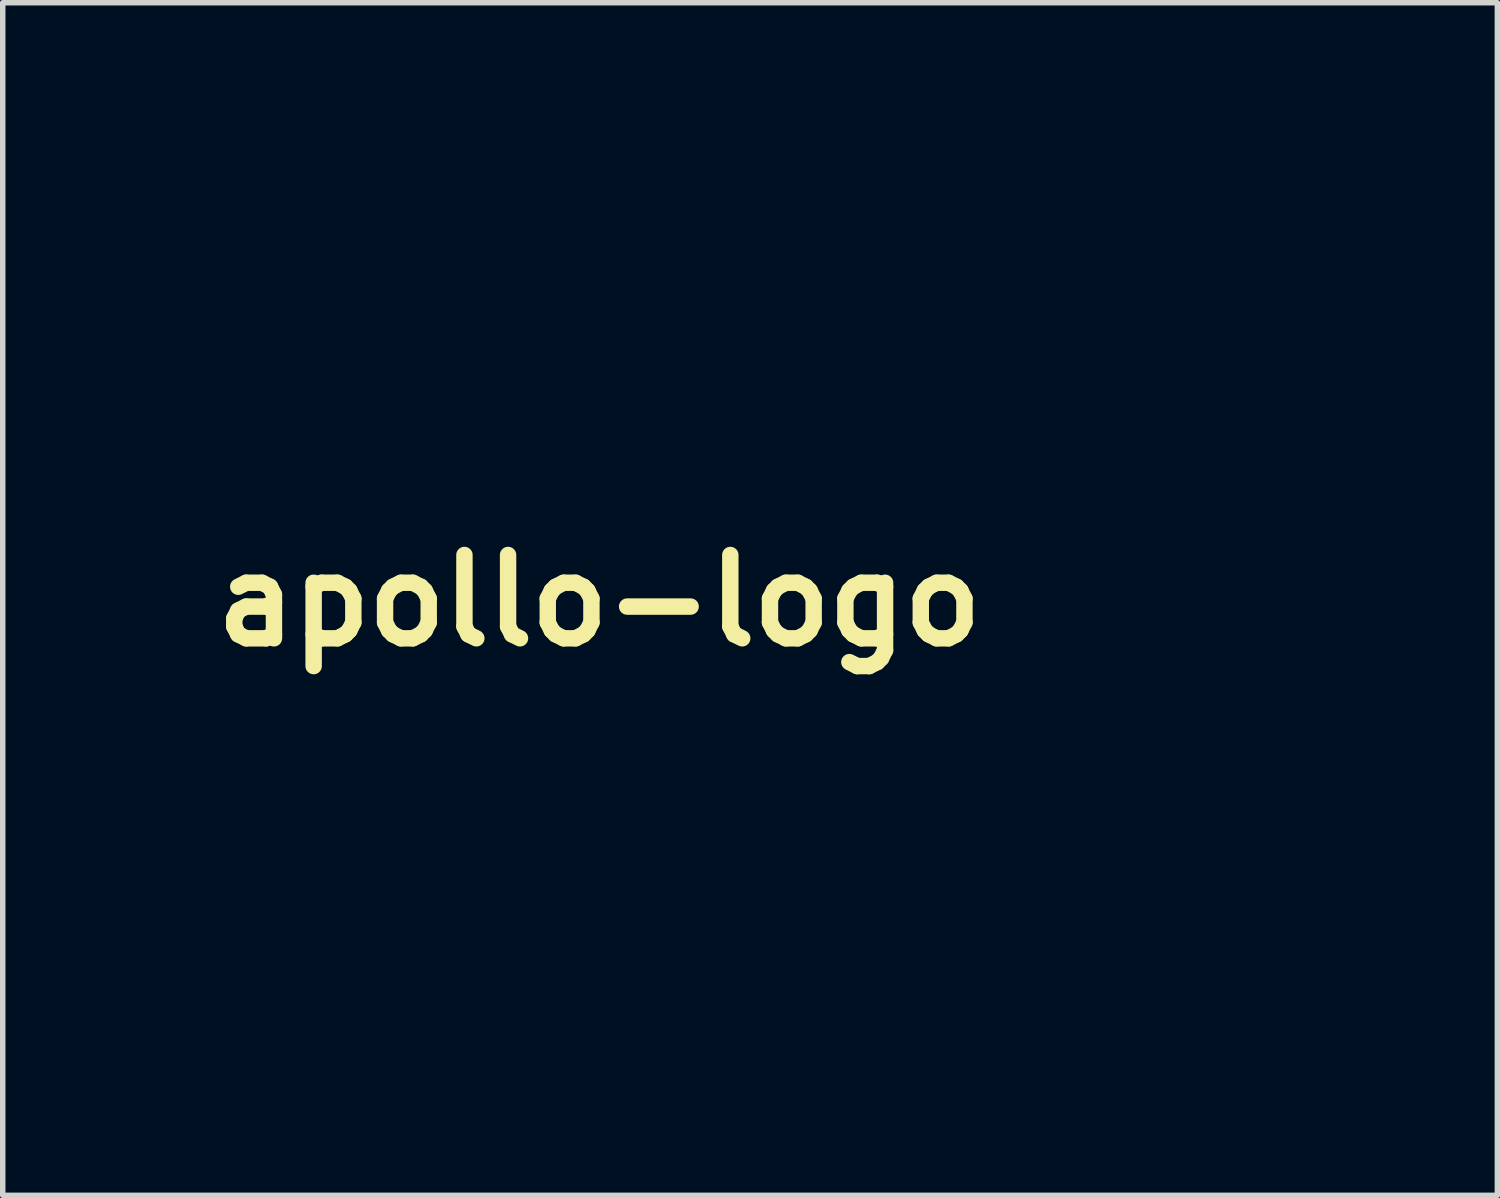
<source format=kicad_pcb>
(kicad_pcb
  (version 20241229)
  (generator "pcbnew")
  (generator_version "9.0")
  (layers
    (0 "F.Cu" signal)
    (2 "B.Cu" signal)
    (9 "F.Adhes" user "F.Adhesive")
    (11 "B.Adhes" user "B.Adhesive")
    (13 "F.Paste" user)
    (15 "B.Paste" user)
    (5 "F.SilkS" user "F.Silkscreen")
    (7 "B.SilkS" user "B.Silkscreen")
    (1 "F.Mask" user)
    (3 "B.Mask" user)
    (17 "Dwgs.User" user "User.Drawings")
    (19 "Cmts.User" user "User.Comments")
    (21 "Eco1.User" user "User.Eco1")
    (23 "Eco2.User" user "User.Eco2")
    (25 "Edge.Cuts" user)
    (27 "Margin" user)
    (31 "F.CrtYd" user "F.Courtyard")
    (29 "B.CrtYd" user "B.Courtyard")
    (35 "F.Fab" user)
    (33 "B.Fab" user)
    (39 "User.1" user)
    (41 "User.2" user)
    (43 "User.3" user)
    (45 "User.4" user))
  (footprint "apollo-logo"
    (layer "F.Cu")
    (at 7.911 7.934)
    (property "Reference" "apollo-logo" (at 0 0 0) (layer "F.SilkS") (effects (font (size 1.524 1.524) (thickness 0.3))))
    (attr through_hole)
    (fp_poly (pts (xy 10.128 5.08) (xy 9.62 5.08) (xy 9.62 2.318) (xy 10.128 2.318) (xy 10.128 5.08)) (stroke (width 0.01) (type solid)) (fill no) (layer "Eco2.User"))
    (fp_poly (pts (xy 11.144 5.08) (xy 10.636 5.08) (xy 10.636 2.318) (xy 11.144 2.318) (xy 11.144 5.08)) (stroke (width 0.01) (type solid)) (fill no) (layer "Eco2.User"))
    (fp_poly (pts (xy 4.442 3.731) (xy 4.557 3.992) (xy 4.666 4.238) (xy 4.765 4.461) (xy 4.852 4.655) (xy 4.923 4.813) (xy 4.975 4.929) (xy 5.006 4.996) (xy 5.012 5.009) (xy 5.05 5.08) (xy 4.474 5.08) (xy 4.245 4.572) (xy 3.216 4.572) (xy 2.987 5.08) (xy 2.411 5.08) (xy 2.449 5.009) (xy 2.47 4.965) (xy 2.513 4.869) (xy 2.576 4.729) (xy 2.656 4.55) (xy 2.75 4.339) (xy 2.855 4.102) (xy 2.883 4.04) (xy 3.461 4.04) (xy 3.49 4.051) (xy 3.568 4.059) (xy 3.681 4.064) (xy 3.731 4.064) (xy 3.853 4.061) (xy 3.946 4.053) (xy 3.996 4.041) (xy 4 4.036) (xy 3.989 4.001) (xy 3.958 3.923) (xy 3.914 3.817) (xy 3.864 3.699) (xy 3.815 3.584) (xy 3.772 3.487) (xy 3.742 3.423) (xy 3.733 3.406) (xy 3.719 3.43) (xy 3.687 3.497) (xy 3.643 3.595) (xy 3.594 3.709) (xy 3.545 3.825) (xy 3.502 3.928) (xy 3.472 4.005) (xy 3.461 4.04) (xy 2.883 4.04) (xy 2.968 3.847) (xy 3.019 3.731) (xy 3.552 2.524) (xy 3.91 2.524) (xy 4.442 3.731)) (stroke (width 0.01) (type solid)) (fill no) (layer "Eco2.User"))
    (fp_poly (pts (xy 8.544 3.031) (xy 8.693 3.094) (xy 8.898 3.24) (xy 9.06 3.422) (xy 9.177 3.632) (xy 9.244 3.859) (xy 9.259 4.094) (xy 9.218 4.327) (xy 9.17 4.451) (xy 9.048 4.656) (xy 8.895 4.826) (xy 8.719 4.955) (xy 8.529 5.04) (xy 8.335 5.075) (xy 8.146 5.055) (xy 8.093 5.038) (xy 7.859 4.921) (xy 7.668 4.757) (xy 7.515 4.544) (xy 7.465 4.446) (xy 7.395 4.227) (xy 7.385 4.083) (xy 7.888 4.083) (xy 7.902 4.224) (xy 7.933 4.334) (xy 7.947 4.361) (xy 8.049 4.469) (xy 8.182 4.544) (xy 8.319 4.572) (xy 8.424 4.554) (xy 8.527 4.512) (xy 8.531 4.51) (xy 8.634 4.432) (xy 8.7 4.34) (xy 8.735 4.219) (xy 8.747 4.054) (xy 8.747 4.028) (xy 8.744 3.89) (xy 8.73 3.796) (xy 8.703 3.727) (xy 8.681 3.693) (xy 8.563 3.579) (xy 8.423 3.516) (xy 8.274 3.505) (xy 8.129 3.544) (xy 8.003 3.635) (xy 7.946 3.706) (xy 7.91 3.801) (xy 7.89 3.934) (xy 7.888 4.083) (xy 7.385 4.083) (xy 7.378 3.992) (xy 7.413 3.759) (xy 7.466 3.616) (xy 7.595 3.399) (xy 7.754 3.225) (xy 7.936 3.098) (xy 8.134 3.021) (xy 8.339 2.998) (xy 8.544 3.031)) (stroke (width 0.01) (type solid)) (fill no) (layer "Eco2.User"))
    (fp_poly (pts (xy 12.704 3.031) (xy 12.853 3.094) (xy 13.057 3.24) (xy 13.22 3.422) (xy 13.336 3.632) (xy 13.404 3.859) (xy 13.418 4.094) (xy 13.377 4.327) (xy 13.33 4.451) (xy 13.208 4.656) (xy 13.054 4.826) (xy 12.878 4.955) (xy 12.688 5.04) (xy 12.494 5.075) (xy 12.305 5.055) (xy 12.252 5.038) (xy 12.018 4.921) (xy 11.827 4.757) (xy 11.674 4.544) (xy 11.624 4.446) (xy 11.554 4.227) (xy 11.544 4.083) (xy 12.047 4.083) (xy 12.061 4.224) (xy 12.092 4.334) (xy 12.106 4.361) (xy 12.209 4.469) (xy 12.341 4.544) (xy 12.478 4.572) (xy 12.583 4.554) (xy 12.686 4.512) (xy 12.69 4.51) (xy 12.793 4.432) (xy 12.859 4.34) (xy 12.895 4.219) (xy 12.906 4.054) (xy 12.906 4.028) (xy 12.903 3.89) (xy 12.889 3.796) (xy 12.863 3.727) (xy 12.841 3.693) (xy 12.722 3.579) (xy 12.582 3.516) (xy 12.433 3.505) (xy 12.289 3.544) (xy 12.162 3.635) (xy 12.105 3.706) (xy 12.069 3.801) (xy 12.05 3.934) (xy 12.047 4.083) (xy 11.544 4.083) (xy 11.537 3.992) (xy 11.573 3.759) (xy 11.625 3.616) (xy 11.754 3.399) (xy 11.913 3.225) (xy 12.096 3.098) (xy 12.293 3.021) (xy 12.498 2.998) (xy 12.704 3.031)) (stroke (width 0.01) (type solid)) (fill no) (layer "Eco2.User"))
    (fp_poly (pts (xy 5.651 2.986) (xy 5.727 2.992) (xy 5.764 3.005) (xy 5.777 3.031) (xy 5.779 3.051) (xy 5.79 3.099) (xy 5.832 3.095) (xy 5.834 3.095) (xy 6.041 3.021) (xy 6.22 2.993) (xy 6.385 3.01) (xy 6.554 3.073) (xy 6.607 3.1) (xy 6.807 3.243) (xy 6.967 3.423) (xy 7.081 3.632) (xy 7.148 3.859) (xy 7.163 4.094) (xy 7.123 4.326) (xy 7.075 4.451) (xy 6.952 4.657) (xy 6.794 4.834) (xy 6.617 4.967) (xy 6.582 4.985) (xy 6.425 5.041) (xy 6.246 5.064) (xy 6.07 5.056) (xy 5.922 5.014) (xy 5.909 5.008) (xy 5.836 4.973) (xy 5.793 4.954) (xy 5.789 4.953) (xy 5.785 4.983) (xy 5.782 5.063) (xy 5.779 5.181) (xy 5.779 5.302) (xy 5.779 5.652) (xy 5.271 5.652) (xy 5.271 4.083) (xy 5.792 4.083) (xy 5.807 4.224) (xy 5.838 4.334) (xy 5.852 4.361) (xy 5.954 4.469) (xy 6.086 4.544) (xy 6.223 4.572) (xy 6.329 4.554) (xy 6.432 4.512) (xy 6.436 4.51) (xy 6.539 4.432) (xy 6.604 4.34) (xy 6.64 4.219) (xy 6.651 4.054) (xy 6.652 4.028) (xy 6.648 3.89) (xy 6.635 3.796) (xy 6.608 3.727) (xy 6.586 3.693) (xy 6.468 3.579) (xy 6.327 3.516) (xy 6.178 3.505) (xy 6.034 3.544) (xy 5.907 3.635) (xy 5.85 3.706) (xy 5.814 3.801) (xy 5.795 3.934) (xy 5.792 4.083) (xy 5.271 4.083) (xy 5.271 2.985) (xy 5.524 2.985) (xy 5.651 2.986)) (stroke (width 0.01) (type solid)) (fill no) (layer "Eco2.User"))
    (fp_poly (pts (xy 0.626 -7.894) (xy 0.721 -7.829) (xy 0.81 -7.753) (xy 0.818 -5.261) (xy 0.82 -4.781) (xy 0.822 -4.362) (xy 0.825 -3.999) (xy 0.827 -3.69) (xy 0.831 -3.431) (xy 0.834 -3.219) (xy 0.839 -3.05) (xy 0.844 -2.921) (xy 0.849 -2.829) (xy 0.856 -2.771) (xy 0.863 -2.742) (xy 0.866 -2.739) (xy 0.923 -2.707) (xy 1 -2.675) (xy 1.086 -2.644) (xy 1.15 -2.62) (xy 1.162 -2.618) (xy 1.171 -2.626) (xy 1.18 -2.648) (xy 1.186 -2.69) (xy 1.192 -2.754) (xy 1.197 -2.848) (xy 1.201 -2.973) (xy 1.204 -3.137) (xy 1.207 -3.342) (xy 1.209 -3.594) (xy 1.211 -3.897) (xy 1.212 -4.256) (xy 1.214 -4.519) (xy 1.216 -4.916) (xy 1.217 -5.255) (xy 1.219 -5.539) (xy 1.221 -5.776) (xy 1.224 -5.968) (xy 1.227 -6.122) (xy 1.232 -6.241) (xy 1.237 -6.332) (xy 1.243 -6.399) (xy 1.251 -6.446) (xy 1.26 -6.48) (xy 1.272 -6.504) (xy 1.285 -6.524) (xy 1.289 -6.53) (xy 1.39 -6.622) (xy 1.507 -6.656) (xy 1.631 -6.628) (xy 1.657 -6.614) (xy 1.738 -6.552) (xy 1.797 -6.483) (xy 1.801 -6.475) (xy 1.81 -6.444) (xy 1.817 -6.383) (xy 1.823 -6.287) (xy 1.828 -6.155) (xy 1.832 -5.981) (xy 1.835 -5.763) (xy 1.838 -5.497) (xy 1.839 -5.178) (xy 1.841 -4.804) (xy 1.841 -4.371) (xy 1.841 -4.297) (xy 1.841 -2.196) (xy 2.023 -2.019) (xy 2.205 -1.841) (xy 4.327 -1.842) (xy 6.45 -1.842) (xy 6.543 -1.749) (xy 6.621 -1.634) (xy 6.637 -1.511) (xy 6.592 -1.391) (xy 6.543 -1.331) (xy 6.45 -1.238) (xy 2.597 -1.238) (xy 2.618 -1.153) (xy 2.646 -1.062) (xy 2.683 -0.962) (xy 2.683 -0.962) (xy 2.727 -0.857) (xy 5.118 -0.856) (xy 5.519 -0.856) (xy 5.901 -0.855) (xy 6.257 -0.853) (xy 6.583 -0.85) (xy 6.875 -0.847) (xy 7.126 -0.844) (xy 7.334 -0.84) (xy 7.491 -0.835) (xy 7.594 -0.831) (xy 7.636 -0.826) (xy 7.767 -0.77) (xy 7.858 -0.68) (xy 7.902 -0.568) (xy 7.895 -0.447) (xy 7.832 -0.331) (xy 7.829 -0.327) (xy 7.753 -0.238) (xy 2.857 -0.221) (xy 2.857 0.159) (xy 5.224 0.159) (xy 5.682 0.159) (xy 6.082 0.159) (xy 6.426 0.16) (xy 6.72 0.161) (xy 6.967 0.164) (xy 7.173 0.167) (xy 7.34 0.173) (xy 7.475 0.18) (xy 7.58 0.189) (xy 7.66 0.201) (xy 7.72 0.215) (xy 7.764 0.232) (xy 7.796 0.252) (xy 7.82 0.276) (xy 7.841 0.303) (xy 7.854 0.321) (xy 7.901 0.439) (xy 7.893 0.567) (xy 7.833 0.684) (xy 7.829 0.689) (xy 7.753 0.778) (xy 2.735 0.795) (xy 2.669 0.97) (xy 2.634 1.066) (xy 2.61 1.136) (xy 2.603 1.16) (xy 2.634 1.163) (xy 2.723 1.165) (xy 2.864 1.168) (xy 3.052 1.17) (xy 3.281 1.171) (xy 3.546 1.173) (xy 3.841 1.174) (xy 4.16 1.175) (xy 4.453 1.175) (xy 4.867 1.176) (xy 5.239 1.177) (xy 5.566 1.18) (xy 5.845 1.184) (xy 6.073 1.188) (xy 6.247 1.194) (xy 6.363 1.2) (xy 6.418 1.207) (xy 6.532 1.268) (xy 6.608 1.368) (xy 6.639 1.491) (xy 6.619 1.618) (xy 6.603 1.653) (xy 6.586 1.683) (xy 6.568 1.709) (xy 6.543 1.731) (xy 6.508 1.75) (xy 6.457 1.765) (xy 6.387 1.778) (xy 6.292 1.788) (xy 6.169 1.796) (xy 6.012 1.801) (xy 5.817 1.805) (xy 5.579 1.808) (xy 5.295 1.809) (xy 4.959 1.81) (xy 4.567 1.81) (xy 4.28 1.81) (xy 2.175 1.811) (xy 2.005 1.981) (xy 1.836 2.151) (xy 1.84 4.249) (xy 1.841 4.68) (xy 1.841 5.051) (xy 1.841 5.368) (xy 1.84 5.636) (xy 1.837 5.857) (xy 1.833 6.038) (xy 1.827 6.183) (xy 1.819 6.296) (xy 1.808 6.382) (xy 1.794 6.445) (xy 1.778 6.489) (xy 1.757 6.52) (xy 1.733 6.543) (xy 1.705 6.56) (xy 1.685 6.571) (xy 1.584 6.599) (xy 1.464 6.599) (xy 1.364 6.571) (xy 1.363 6.571) (xy 1.332 6.554) (xy 1.305 6.534) (xy 1.282 6.507) (xy 1.263 6.468) (xy 1.247 6.413) (xy 1.235 6.337) (xy 1.225 6.234) (xy 1.218 6.101) (xy 1.213 5.932) (xy 1.21 5.722) (xy 1.208 5.467) (xy 1.207 5.163) (xy 1.207 4.803) (xy 1.206 4.462) (xy 1.206 4.122) (xy 1.206 3.802) (xy 1.204 3.507) (xy 1.203 3.242) (xy 1.201 3.014) (xy 1.199 2.827) (xy 1.197 2.688) (xy 1.194 2.601) (xy 1.192 2.572) (xy 1.157 2.582) (xy 1.08 2.609) (xy 1.001 2.638) (xy 0.826 2.703) (xy 0.826 5.163) (xy 0.825 5.624) (xy 0.825 6.025) (xy 0.824 6.371) (xy 0.823 6.666) (xy 0.821 6.914) (xy 0.819 7.12) (xy 0.815 7.287) (xy 0.812 7.42) (xy 0.807 7.523) (xy 0.801 7.599) (xy 0.794 7.654) (xy 0.787 7.692) (xy 0.778 7.716) (xy 0.778 7.716) (xy 0.693 7.82) (xy 0.579 7.87) (xy 0.445 7.864) (xy 0.364 7.836) (xy 0.333 7.822) (xy 0.305 7.807) (xy 0.281 7.788) (xy 0.261 7.759) (xy 0.244 7.717) (xy 0.23 7.658) (xy 0.219 7.577) (xy 0.21 7.471) (xy 0.203 7.334) (xy 0.198 7.163) (xy 0.195 6.953) (xy 0.192 6.701) (xy 0.191 6.401) (xy 0.191 6.051) (xy 0.19 5.644) (xy 0.191 5.224) (xy 0.191 2.826) (xy -0.191 2.826) (xy -0.191 5.224) (xy -0.191 5.679) (xy -0.191 6.074) (xy -0.192 6.414) (xy -0.193 6.704) (xy -0.195 6.946) (xy -0.198 7.147) (xy -0.201 7.309) (xy -0.205 7.438) (xy -0.21 7.536) (xy -0.216 7.609) (xy -0.223 7.662) (xy -0.231 7.697) (xy -0.238 7.716) (xy -0.322 7.819) (xy -0.432 7.87) (xy -0.555 7.866) (xy -0.678 7.806) (xy -0.696 7.792) (xy -0.794 7.71) (xy -0.794 5.276) (xy -0.794 4.887) (xy -0.795 4.515) (xy -0.796 4.166) (xy -0.798 3.844) (xy -0.8 3.555) (xy -0.802 3.303) (xy -0.805 3.094) (xy -0.807 2.933) (xy -0.81 2.824) (xy -0.813 2.773) (xy -0.814 2.771) (xy -0.853 2.714) (xy -0.944 2.661) (xy -1.005 2.636) (xy -1.1 2.601) (xy -1.169 2.578) (xy -1.192 2.572) (xy -1.194 2.603) (xy -1.197 2.691) (xy -1.199 2.833) (xy -1.201 3.021) (xy -1.203 3.252) (xy -1.204 3.518) (xy -1.206 3.815) (xy -1.206 4.138) (xy -1.206 4.48) (xy -1.206 6.418) (xy -1.299 6.511) (xy -1.414 6.587) (xy -1.539 6.607) (xy -1.66 6.571) (xy -1.725 6.521) (xy -1.808 6.438) (xy -1.817 4.297) (xy -1.826 2.155) (xy -2.005 1.982) (xy -2.185 1.81) (xy -4.271 1.81) (xy -4.704 1.81) (xy -5.078 1.809) (xy -5.397 1.809) (xy -5.667 1.807) (xy -5.891 1.803) (xy -6.073 1.798) (xy -6.219 1.791) (xy -6.333 1.781) (xy -6.419 1.768) (xy -6.482 1.752) (xy -6.526 1.732) (xy -6.555 1.708) (xy -6.575 1.68) (xy -6.59 1.647) (xy -6.602 1.612) (xy -6.631 1.497) (xy -6.621 1.408) (xy -6.566 1.32) (xy -6.543 1.294) (xy -6.45 1.191) (xy -4.524 1.182) (xy -2.597 1.173) (xy -2.618 1.088) (xy -2.646 0.998) (xy -2.683 0.899) (xy -2.683 0.899) (xy -2.727 0.794) (xy -5.191 0.794) (xy -5.658 0.794) (xy -6.066 0.794) (xy -6.418 0.793) (xy -6.72 0.792) (xy -6.974 0.79) (xy -7.186 0.786) (xy -7.36 0.781) (xy -7.499 0.774) (xy -7.607 0.765) (xy -7.69 0.753) (xy -7.75 0.738) (xy -7.793 0.721) (xy -7.822 0.7) (xy -7.842 0.675) (xy -7.856 0.647) (xy -7.87 0.614) (xy -7.874 0.604) (xy -7.896 0.473) (xy -7.861 0.348) (xy -7.772 0.245) (xy -7.768 0.241) (xy -7.751 0.229) (xy -7.731 0.218) (xy -7.704 0.209) (xy -7.666 0.201) (xy -7.613 0.194) (xy -7.539 0.189) (xy -7.442 0.184) (xy -7.316 0.18) (xy -7.157 0.177) (xy -6.961 0.175) (xy -6.723 0.173) (xy -6.439 0.171) (xy -6.105 0.169) (xy -5.716 0.168) (xy -5.268 0.166) (xy -5.252 0.166) (xy -2.826 0.157) (xy -2.826 0.051) (xy -2.21 0.051) (xy -2.17 0.407) (xy -2.071 0.752) (xy -1.913 1.079) (xy -1.698 1.386) (xy -1.427 1.668) (xy -1.364 1.724) (xy -1.111 1.899) (xy -0.819 2.036) (xy -0.5 2.13) (xy -0.167 2.18) (xy 0.166 2.183) (xy 0.489 2.136) (xy 0.524 2.127) (xy 0.672 2.085) (xy 0.822 2.034) (xy 0.944 1.985) (xy 0.946 1.984) (xy 1.255 1.809) (xy 1.529 1.585) (xy 1.764 1.319) (xy 1.955 1.019) (xy 2.099 0.691) (xy 2.189 0.344) (xy 2.222 -0.016) (xy 2.222 -0.038) (xy 2.198 -0.356) (xy 2.124 -0.665) (xy 1.997 -0.98) (xy 1.98 -1.015) (xy 1.895 -1.176) (xy 1.811 -1.307) (xy 1.709 -1.432) (xy 1.575 -1.573) (xy 1.574 -1.574) (xy 1.434 -1.708) (xy 1.311 -1.808) (xy 1.181 -1.892) (xy 1.023 -1.975) (xy 1.015 -1.979) (xy 0.758 -2.095) (xy 0.524 -2.171) (xy 0.294 -2.215) (xy 0.044 -2.232) (xy 0 -2.232) (xy -0.364 -2.202) (xy -0.711 -2.115) (xy -1.037 -1.973) (xy -1.335 -1.781) (xy -1.599 -1.545) (xy -1.823 -1.268) (xy -2.001 -0.954) (xy -2.106 -0.682) (xy -2.189 -0.314) (xy -2.21 0.051) (xy -2.826 0.051) (xy -2.826 -0.222) (xy -5.24 -0.222) (xy -5.702 -0.222) (xy -6.104 -0.222) (xy -6.451 -0.223) (xy -6.748 -0.224) (xy -6.998 -0.227) (xy -7.205 -0.23) (xy -7.374 -0.235) (xy -7.509 -0.242) (xy -7.614 -0.251) (xy -7.693 -0.263) (xy -7.752 -0.277) (xy -7.793 -0.294) (xy -7.82 -0.314) (xy -7.84 -0.338) (xy -7.854 -0.366) (xy -7.868 -0.396) (xy -7.896 -0.481) (xy -7.906 -0.544) (xy -7.878 -0.643) (xy -7.805 -0.737) (xy -7.705 -0.807) (xy -7.658 -0.824) (xy -7.601 -0.831) (xy -7.482 -0.837) (xy -7.301 -0.842) (xy -7.062 -0.847) (xy -6.765 -0.851) (xy -6.412 -0.854) (xy -6.003 -0.856) (xy -5.542 -0.857) (xy -5.127 -0.857) (xy -2.714 -0.857) (xy -2.651 -1.024) (xy -2.615 -1.12) (xy -2.587 -1.191) (xy -2.578 -1.214) (xy -2.606 -1.219) (xy -2.693 -1.223) (xy -2.833 -1.226) (xy -3.02 -1.23) (xy -3.249 -1.233) (xy -3.514 -1.235) (xy -3.811 -1.237) (xy -4.133 -1.238) (xy -4.476 -1.238) (xy -4.507 -1.238) (xy -6.448 -1.238) (xy -6.525 -1.315) (xy -6.585 -1.394) (xy -6.622 -1.474) (xy -6.622 -1.579) (xy -6.585 -1.692) (xy -6.521 -1.78) (xy -6.516 -1.785) (xy -6.493 -1.793) (xy -6.444 -1.801) (xy -6.363 -1.808) (xy -6.249 -1.813) (xy -6.096 -1.819) (xy -5.901 -1.824) (xy -5.66 -1.828) (xy -5.37 -1.832) (xy -5.027 -1.836) (xy -4.626 -1.839) (xy -4.314 -1.841) (xy -2.161 -1.857) (xy -1.985 -2.037) (xy -1.81 -2.217) (xy -1.81 -4.348) (xy -1.81 -6.48) (xy -1.733 -6.557) (xy -1.655 -6.617) (xy -1.577 -6.653) (xy -1.476 -6.651) (xy -1.368 -6.609) (xy -1.277 -6.54) (xy -1.243 -6.49) (xy -1.234 -6.449) (xy -1.227 -6.364) (xy -1.221 -6.232) (xy -1.216 -6.052) (xy -1.212 -5.819) (xy -1.21 -5.533) (xy -1.208 -5.189) (xy -1.207 -4.786) (xy -1.206 -4.504) (xy -1.206 -4.108) (xy -1.206 -3.771) (xy -1.205 -3.488) (xy -1.204 -3.255) (xy -1.202 -3.067) (xy -1.2 -2.919) (xy -1.196 -2.807) (xy -1.191 -2.725) (xy -1.185 -2.67) (xy -1.178 -2.637) (xy -1.169 -2.621) (xy -1.159 -2.617) (xy -1.151 -2.619) (xy -1.087 -2.644) (xy -0.994 -2.677) (xy -0.961 -2.689) (xy -0.827 -2.736) (xy -0.818 -5.218) (xy -0.817 -5.674) (xy -0.815 -6.072) (xy -0.813 -6.415) (xy -0.811 -6.707) (xy -0.809 -6.952) (xy -0.806 -7.155) (xy -0.803 -7.321) (xy -0.799 -7.453) (xy -0.794 -7.555) (xy -0.789 -7.633) (xy -0.782 -7.69) (xy -0.775 -7.73) (xy -0.766 -7.758) (xy -0.756 -7.778) (xy -0.753 -7.783) (xy -0.656 -7.879) (xy -0.541 -7.923) (xy -0.42 -7.909) (xy -0.412 -7.905) (xy -0.321 -7.851) (xy -0.253 -7.786) (xy -0.241 -7.77) (xy -0.231 -7.75) (xy -0.223 -7.721) (xy -0.215 -7.68) (xy -0.209 -7.622) (xy -0.204 -7.542) (xy -0.2 -7.437) (xy -0.197 -7.302) (xy -0.195 -7.133) (xy -0.193 -6.925) (xy -0.192 -6.674) (xy -0.191 -6.375) (xy -0.191 -6.026) (xy -0.191 -5.62) (xy -0.191 -5.282) (xy -0.191 -2.857) (xy 0.189 -2.857) (xy 0.198 -5.28) (xy 0.199 -5.739) (xy 0.201 -6.139) (xy 0.202 -6.485) (xy 0.205 -6.779) (xy 0.208 -7.027) (xy 0.212 -7.232) (xy 0.217 -7.4) (xy 0.224 -7.534) (xy 0.234 -7.638) (xy 0.245 -7.717) (xy 0.26 -7.775) (xy 0.277 -7.816) (xy 0.298 -7.845) (xy 0.322 -7.865) (xy 0.35 -7.882) (xy 0.383 -7.898) (xy 0.39 -7.902) (xy 0.504 -7.929) (xy 0.626 -7.894)) (stroke (width 0.01) (type solid)) (fill no) (layer "Eco2.User")))
  (gr_rect
    (start -3 -3)
    (end 24.334 18.81)
    (stroke (width 0.1) (type default))
    (fill no)
    (layer "Edge.Cuts")))
</source>
